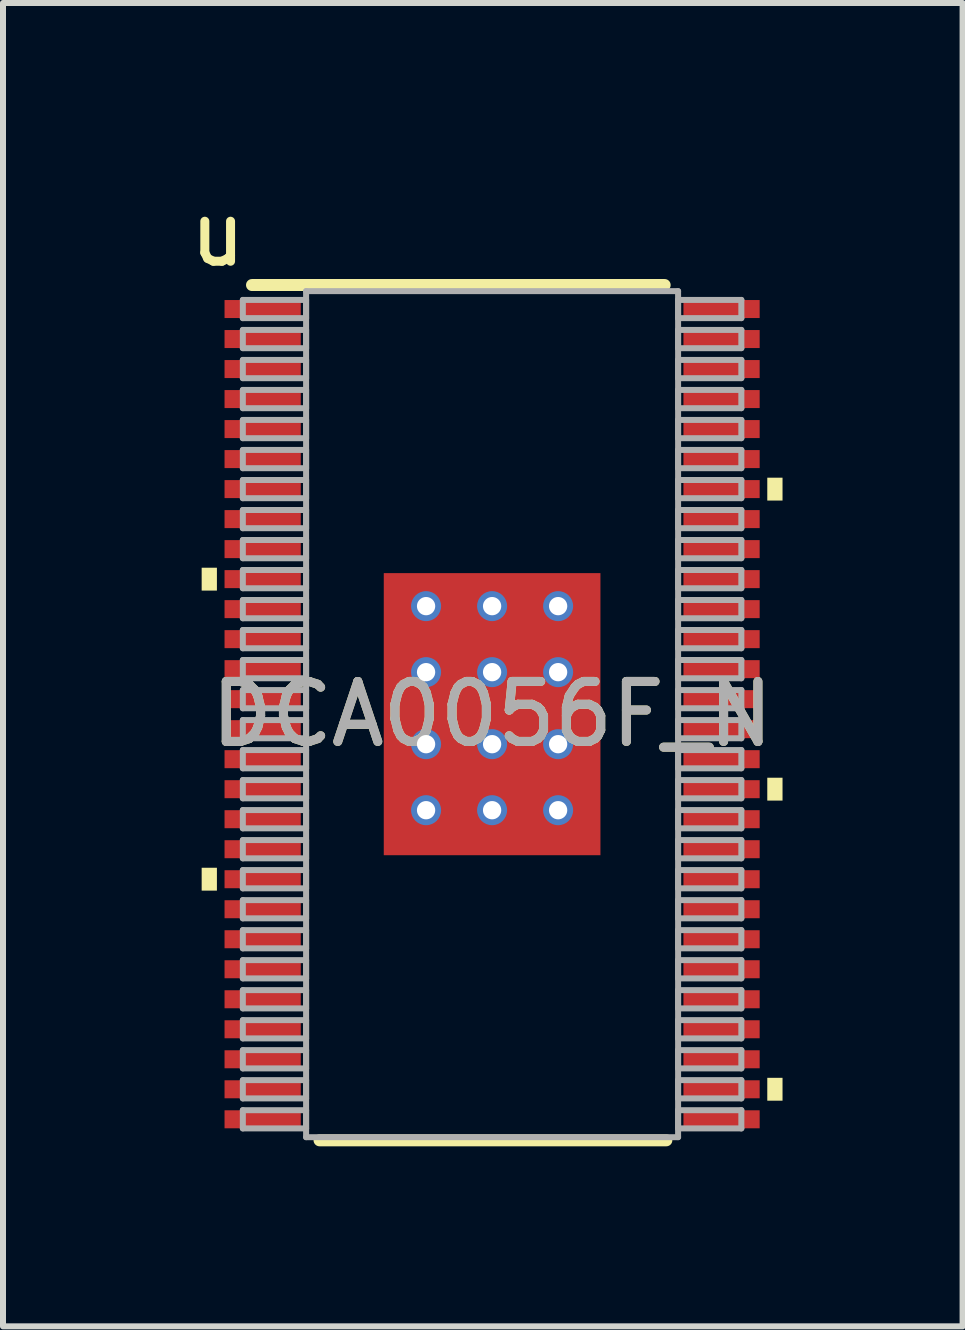
<source format=kicad_pcb>
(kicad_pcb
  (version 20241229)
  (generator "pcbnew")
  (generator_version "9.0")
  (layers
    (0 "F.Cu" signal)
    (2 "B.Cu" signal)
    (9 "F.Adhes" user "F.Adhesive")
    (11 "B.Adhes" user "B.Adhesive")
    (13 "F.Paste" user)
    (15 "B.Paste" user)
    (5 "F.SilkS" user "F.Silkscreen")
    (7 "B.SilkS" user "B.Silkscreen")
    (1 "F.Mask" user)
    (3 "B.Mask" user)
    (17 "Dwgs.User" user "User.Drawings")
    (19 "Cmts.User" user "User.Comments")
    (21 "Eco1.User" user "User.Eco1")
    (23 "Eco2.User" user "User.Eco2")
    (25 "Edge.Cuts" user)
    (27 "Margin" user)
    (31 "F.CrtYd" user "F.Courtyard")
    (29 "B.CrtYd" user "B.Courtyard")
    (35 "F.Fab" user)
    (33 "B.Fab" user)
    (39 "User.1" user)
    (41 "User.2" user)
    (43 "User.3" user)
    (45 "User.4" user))
  (footprint "DCA0056F_N"
    (layer "F.Cu")
    (at 5.149 8.849)
    (property "Reference" "DCA0056F_N" (at 0 0 0) (unlocked yes) (layer "F.SilkS") (effects (font (size 1 1) (thickness 0.15))))
    (attr smd)
    (fp_line (start -4 -7.15) (end -0.316 -7.15) (stroke (width 0.2) (type solid)) (layer "F.SilkS"))
    (fp_line (start -2.875 7.1) (end 2.903 7.1) (stroke (width 0.2) (type solid)) (layer "F.SilkS"))
    (fp_line (start -0.316 -7.15) (end 0.3 -7.15) (stroke (width 0.2) (type solid)) (layer "F.SilkS"))
    (fp_line (start 0.3 -7.15) (end 2.875 -7.15) (stroke (width 0.2) (type solid)) (layer "F.SilkS"))
    (fp_poly (pts (xy -4.585 -2.44) (xy -4.839 -2.44) (xy -4.839 -2.059) (xy -4.585 -2.059)) (stroke (width 0) (type solid)) (fill yes) (layer "F.SilkS"))
    (fp_poly (pts (xy -4.585 2.559) (xy -4.839 2.559) (xy -4.839 2.94) (xy -4.585 2.94)) (stroke (width 0) (type solid)) (fill yes) (layer "F.SilkS"))
    (fp_poly (pts (xy 4.585 -3.94) (xy 4.839 -3.94) (xy 4.839 -3.559) (xy 4.585 -3.559)) (stroke (width 0) (type solid)) (fill yes) (layer "F.SilkS"))
    (fp_poly (pts (xy 4.585 1.059) (xy 4.839 1.059) (xy 4.839 1.44) (xy 4.585 1.44)) (stroke (width 0) (type solid)) (fill yes) (layer "F.SilkS"))
    (fp_poly (pts (xy 4.585 6.059) (xy 4.839 6.059) (xy 4.839 6.44) (xy 4.585 6.44)) (stroke (width 0) (type solid)) (fill yes) (layer "F.SilkS"))
    (fp_line (start -4.153 -6.902) (end -3.099 -6.902) (stroke (width 0.1) (type solid)) (layer "F.Fab"))
    (fp_line (start -4.153 -6.598) (end -4.153 -6.902) (stroke (width 0.1) (type solid)) (layer "F.Fab"))
    (fp_line (start -4.153 -6.598) (end -3.099 -6.598) (stroke (width 0.1) (type solid)) (layer "F.Fab"))
    (fp_line (start -4.153 -6.402) (end -3.099 -6.402) (stroke (width 0.1) (type solid)) (layer "F.Fab"))
    (fp_line (start -4.153 -6.098) (end -4.153 -6.402) (stroke (width 0.1) (type solid)) (layer "F.Fab"))
    (fp_line (start -4.153 -6.098) (end -3.099 -6.098) (stroke (width 0.1) (type solid)) (layer "F.Fab"))
    (fp_line (start -4.153 -5.902) (end -3.099 -5.902) (stroke (width 0.1) (type solid)) (layer "F.Fab"))
    (fp_line (start -4.153 -5.598) (end -4.153 -5.902) (stroke (width 0.1) (type solid)) (layer "F.Fab"))
    (fp_line (start -4.153 -5.598) (end -3.099 -5.598) (stroke (width 0.1) (type solid)) (layer "F.Fab"))
    (fp_line (start -4.153 -5.402) (end -3.099 -5.402) (stroke (width 0.1) (type solid)) (layer "F.Fab"))
    (fp_line (start -4.153 -5.098) (end -4.153 -5.402) (stroke (width 0.1) (type solid)) (layer "F.Fab"))
    (fp_line (start -4.153 -5.098) (end -3.099 -5.098) (stroke (width 0.1) (type solid)) (layer "F.Fab"))
    (fp_line (start -4.153 -4.902) (end -3.099 -4.902) (stroke (width 0.1) (type solid)) (layer "F.Fab"))
    (fp_line (start -4.153 -4.598) (end -4.153 -4.902) (stroke (width 0.1) (type solid)) (layer "F.Fab"))
    (fp_line (start -4.153 -4.598) (end -3.099 -4.598) (stroke (width 0.1) (type solid)) (layer "F.Fab"))
    (fp_line (start -4.153 -4.402) (end -3.099 -4.402) (stroke (width 0.1) (type solid)) (layer "F.Fab"))
    (fp_line (start -4.153 -4.098) (end -4.153 -4.402) (stroke (width 0.1) (type solid)) (layer "F.Fab"))
    (fp_line (start -4.153 -4.098) (end -3.099 -4.098) (stroke (width 0.1) (type solid)) (layer "F.Fab"))
    (fp_line (start -4.153 -3.902) (end -3.099 -3.902) (stroke (width 0.1) (type solid)) (layer "F.Fab"))
    (fp_line (start -4.153 -3.598) (end -4.153 -3.902) (stroke (width 0.1) (type solid)) (layer "F.Fab"))
    (fp_line (start -4.153 -3.598) (end -3.099 -3.598) (stroke (width 0.1) (type solid)) (layer "F.Fab"))
    (fp_line (start -4.153 -3.402) (end -3.099 -3.402) (stroke (width 0.1) (type solid)) (layer "F.Fab"))
    (fp_line (start -4.153 -3.098) (end -4.153 -3.402) (stroke (width 0.1) (type solid)) (layer "F.Fab"))
    (fp_line (start -4.153 -3.098) (end -3.099 -3.098) (stroke (width 0.1) (type solid)) (layer "F.Fab"))
    (fp_line (start -4.153 -2.902) (end -3.099 -2.902) (stroke (width 0.1) (type solid)) (layer "F.Fab"))
    (fp_line (start -4.153 -2.598) (end -4.153 -2.902) (stroke (width 0.1) (type solid)) (layer "F.Fab"))
    (fp_line (start -4.153 -2.598) (end -3.099 -2.598) (stroke (width 0.1) (type solid)) (layer "F.Fab"))
    (fp_line (start -4.153 -2.402) (end -3.099 -2.402) (stroke (width 0.1) (type solid)) (layer "F.Fab"))
    (fp_line (start -4.153 -2.098) (end -4.153 -2.402) (stroke (width 0.1) (type solid)) (layer "F.Fab"))
    (fp_line (start -4.153 -2.098) (end -3.099 -2.098) (stroke (width 0.1) (type solid)) (layer "F.Fab"))
    (fp_line (start -4.153 -1.902) (end -3.099 -1.902) (stroke (width 0.1) (type solid)) (layer "F.Fab"))
    (fp_line (start -4.153 -1.598) (end -4.153 -1.902) (stroke (width 0.1) (type solid)) (layer "F.Fab"))
    (fp_line (start -4.153 -1.598) (end -3.099 -1.598) (stroke (width 0.1) (type solid)) (layer "F.Fab"))
    (fp_line (start -4.153 -1.402) (end -3.099 -1.402) (stroke (width 0.1) (type solid)) (layer "F.Fab"))
    (fp_line (start -4.153 -1.098) (end -4.153 -1.402) (stroke (width 0.1) (type solid)) (layer "F.Fab"))
    (fp_line (start -4.153 -1.098) (end -3.099 -1.098) (stroke (width 0.1) (type solid)) (layer "F.Fab"))
    (fp_line (start -4.153 -0.902) (end -3.099 -0.902) (stroke (width 0.1) (type solid)) (layer "F.Fab"))
    (fp_line (start -4.153 -0.598) (end -4.153 -0.902) (stroke (width 0.1) (type solid)) (layer "F.Fab"))
    (fp_line (start -4.153 -0.598) (end -3.099 -0.598) (stroke (width 0.1) (type solid)) (layer "F.Fab"))
    (fp_line (start -4.153 -0.402) (end -3.099 -0.402) (stroke (width 0.1) (type solid)) (layer "F.Fab"))
    (fp_line (start -4.153 -0.098) (end -4.153 -0.402) (stroke (width 0.1) (type solid)) (layer "F.Fab"))
    (fp_line (start -4.153 -0.098) (end -3.099 -0.098) (stroke (width 0.1) (type solid)) (layer "F.Fab"))
    (fp_line (start -4.153 0.098) (end -3.099 0.098) (stroke (width 0.1) (type solid)) (layer "F.Fab"))
    (fp_line (start -4.153 0.402) (end -4.153 0.098) (stroke (width 0.1) (type solid)) (layer "F.Fab"))
    (fp_line (start -4.153 0.402) (end -3.099 0.402) (stroke (width 0.1) (type solid)) (layer "F.Fab"))
    (fp_line (start -4.153 0.598) (end -3.099 0.598) (stroke (width 0.1) (type solid)) (layer "F.Fab"))
    (fp_line (start -4.153 0.902) (end -4.153 0.598) (stroke (width 0.1) (type solid)) (layer "F.Fab"))
    (fp_line (start -4.153 0.902) (end -3.099 0.902) (stroke (width 0.1) (type solid)) (layer "F.Fab"))
    (fp_line (start -4.153 1.098) (end -3.099 1.098) (stroke (width 0.1) (type solid)) (layer "F.Fab"))
    (fp_line (start -4.153 1.402) (end -4.153 1.098) (stroke (width 0.1) (type solid)) (layer "F.Fab"))
    (fp_line (start -4.153 1.402) (end -3.099 1.402) (stroke (width 0.1) (type solid)) (layer "F.Fab"))
    (fp_line (start -4.153 1.598) (end -3.099 1.598) (stroke (width 0.1) (type solid)) (layer "F.Fab"))
    (fp_line (start -4.153 1.902) (end -4.153 1.598) (stroke (width 0.1) (type solid)) (layer "F.Fab"))
    (fp_line (start -4.153 1.902) (end -3.099 1.902) (stroke (width 0.1) (type solid)) (layer "F.Fab"))
    (fp_line (start -4.153 2.098) (end -3.099 2.098) (stroke (width 0.1) (type solid)) (layer "F.Fab"))
    (fp_line (start -4.153 2.402) (end -4.153 2.098) (stroke (width 0.1) (type solid)) (layer "F.Fab"))
    (fp_line (start -4.153 2.402) (end -3.099 2.402) (stroke (width 0.1) (type solid)) (layer "F.Fab"))
    (fp_line (start -4.153 2.598) (end -3.099 2.598) (stroke (width 0.1) (type solid)) (layer "F.Fab"))
    (fp_line (start -4.153 2.902) (end -4.153 2.598) (stroke (width 0.1) (type solid)) (layer "F.Fab"))
    (fp_line (start -4.153 2.902) (end -3.099 2.902) (stroke (width 0.1) (type solid)) (layer "F.Fab"))
    (fp_line (start -4.153 3.098) (end -3.099 3.098) (stroke (width 0.1) (type solid)) (layer "F.Fab"))
    (fp_line (start -4.153 3.402) (end -4.153 3.098) (stroke (width 0.1) (type solid)) (layer "F.Fab"))
    (fp_line (start -4.153 3.402) (end -3.099 3.402) (stroke (width 0.1) (type solid)) (layer "F.Fab"))
    (fp_line (start -4.153 3.598) (end -3.099 3.598) (stroke (width 0.1) (type solid)) (layer "F.Fab"))
    (fp_line (start -4.153 3.902) (end -4.153 3.598) (stroke (width 0.1) (type solid)) (layer "F.Fab"))
    (fp_line (start -4.153 3.902) (end -3.099 3.902) (stroke (width 0.1) (type solid)) (layer "F.Fab"))
    (fp_line (start -4.153 4.098) (end -3.099 4.098) (stroke (width 0.1) (type solid)) (layer "F.Fab"))
    (fp_line (start -4.153 4.402) (end -4.153 4.098) (stroke (width 0.1) (type solid)) (layer "F.Fab"))
    (fp_line (start -4.153 4.402) (end -3.099 4.402) (stroke (width 0.1) (type solid)) (layer "F.Fab"))
    (fp_line (start -4.153 4.598) (end -3.099 4.598) (stroke (width 0.1) (type solid)) (layer "F.Fab"))
    (fp_line (start -4.153 4.902) (end -4.153 4.598) (stroke (width 0.1) (type solid)) (layer "F.Fab"))
    (fp_line (start -4.153 4.902) (end -3.099 4.902) (stroke (width 0.1) (type solid)) (layer "F.Fab"))
    (fp_line (start -4.153 5.098) (end -3.099 5.098) (stroke (width 0.1) (type solid)) (layer "F.Fab"))
    (fp_line (start -4.153 5.402) (end -4.153 5.098) (stroke (width 0.1) (type solid)) (layer "F.Fab"))
    (fp_line (start -4.153 5.402) (end -3.099 5.402) (stroke (width 0.1) (type solid)) (layer "F.Fab"))
    (fp_line (start -4.153 5.598) (end -3.099 5.598) (stroke (width 0.1) (type solid)) (layer "F.Fab"))
    (fp_line (start -4.153 5.902) (end -4.153 5.598) (stroke (width 0.1) (type solid)) (layer "F.Fab"))
    (fp_line (start -4.153 5.902) (end -3.099 5.902) (stroke (width 0.1) (type solid)) (layer "F.Fab"))
    (fp_line (start -4.153 6.098) (end -3.099 6.098) (stroke (width 0.1) (type solid)) (layer "F.Fab"))
    (fp_line (start -4.153 6.402) (end -4.153 6.098) (stroke (width 0.1) (type solid)) (layer "F.Fab"))
    (fp_line (start -4.153 6.402) (end -3.099 6.402) (stroke (width 0.1) (type solid)) (layer "F.Fab"))
    (fp_line (start -4.153 6.598) (end -3.099 6.598) (stroke (width 0.1) (type solid)) (layer "F.Fab"))
    (fp_line (start -4.153 6.902) (end -4.153 6.598) (stroke (width 0.1) (type solid)) (layer "F.Fab"))
    (fp_line (start -4.153 6.902) (end -3.099 6.902) (stroke (width 0.1) (type solid)) (layer "F.Fab"))
    (fp_line (start -3.099 -7.048) (end 3.099 -7.048) (stroke (width 0.1) (type solid)) (layer "F.Fab"))
    (fp_line (start -3.099 -6.598) (end -3.099 -6.902) (stroke (width 0.1) (type solid)) (layer "F.Fab"))
    (fp_line (start -3.099 -6.098) (end -3.099 -6.402) (stroke (width 0.1) (type solid)) (layer "F.Fab"))
    (fp_line (start -3.099 -5.598) (end -3.099 -5.902) (stroke (width 0.1) (type solid)) (layer "F.Fab"))
    (fp_line (start -3.099 -5.098) (end -3.099 -5.402) (stroke (width 0.1) (type solid)) (layer "F.Fab"))
    (fp_line (start -3.099 -4.598) (end -3.099 -4.902) (stroke (width 0.1) (type solid)) (layer "F.Fab"))
    (fp_line (start -3.099 -4.098) (end -3.099 -4.402) (stroke (width 0.1) (type solid)) (layer "F.Fab"))
    (fp_line (start -3.099 -3.598) (end -3.099 -3.902) (stroke (width 0.1) (type solid)) (layer "F.Fab"))
    (fp_line (start -3.099 -3.098) (end -3.099 -3.402) (stroke (width 0.1) (type solid)) (layer "F.Fab"))
    (fp_line (start -3.099 -2.598) (end -3.099 -2.902) (stroke (width 0.1) (type solid)) (layer "F.Fab"))
    (fp_line (start -3.099 -2.098) (end -3.099 -2.402) (stroke (width 0.1) (type solid)) (layer "F.Fab"))
    (fp_line (start -3.099 -1.598) (end -3.099 -1.902) (stroke (width 0.1) (type solid)) (layer "F.Fab"))
    (fp_line (start -3.099 -1.098) (end -3.099 -1.402) (stroke (width 0.1) (type solid)) (layer "F.Fab"))
    (fp_line (start -3.099 -0.598) (end -3.099 -0.902) (stroke (width 0.1) (type solid)) (layer "F.Fab"))
    (fp_line (start -3.099 -0.098) (end -3.099 -0.402) (stroke (width 0.1) (type solid)) (layer "F.Fab"))
    (fp_line (start -3.099 0.402) (end -3.099 0.098) (stroke (width 0.1) (type solid)) (layer "F.Fab"))
    (fp_line (start -3.099 0.902) (end -3.099 0.598) (stroke (width 0.1) (type solid)) (layer "F.Fab"))
    (fp_line (start -3.099 1.402) (end -3.099 1.098) (stroke (width 0.1) (type solid)) (layer "F.Fab"))
    (fp_line (start -3.099 1.902) (end -3.099 1.598) (stroke (width 0.1) (type solid)) (layer "F.Fab"))
    (fp_line (start -3.099 2.402) (end -3.099 2.098) (stroke (width 0.1) (type solid)) (layer "F.Fab"))
    (fp_line (start -3.099 2.902) (end -3.099 2.598) (stroke (width 0.1) (type solid)) (layer "F.Fab"))
    (fp_line (start -3.099 3.402) (end -3.099 3.098) (stroke (width 0.1) (type solid)) (layer "F.Fab"))
    (fp_line (start -3.099 3.902) (end -3.099 3.598) (stroke (width 0.1) (type solid)) (layer "F.Fab"))
    (fp_line (start -3.099 4.402) (end -3.099 4.098) (stroke (width 0.1) (type solid)) (layer "F.Fab"))
    (fp_line (start -3.099 4.902) (end -3.099 4.598) (stroke (width 0.1) (type solid)) (layer "F.Fab"))
    (fp_line (start -3.099 5.402) (end -3.099 5.098) (stroke (width 0.1) (type solid)) (layer "F.Fab"))
    (fp_line (start -3.099 5.902) (end -3.099 5.598) (stroke (width 0.1) (type solid)) (layer "F.Fab"))
    (fp_line (start -3.099 6.402) (end -3.099 6.098) (stroke (width 0.1) (type solid)) (layer "F.Fab"))
    (fp_line (start -3.099 6.902) (end -3.099 6.598) (stroke (width 0.1) (type solid)) (layer "F.Fab"))
    (fp_line (start -3.099 7.048) (end -3.099 -7.048) (stroke (width 0.1) (type solid)) (layer "F.Fab"))
    (fp_line (start -3.099 7.048) (end 3.099 7.048) (stroke (width 0.1) (type solid)) (layer "F.Fab"))
    (fp_line (start 3.099 -6.902) (end 4.153 -6.902) (stroke (width 0.1) (type solid)) (layer "F.Fab"))
    (fp_line (start 3.099 -6.598) (end 3.099 -6.902) (stroke (width 0.1) (type solid)) (layer "F.Fab"))
    (fp_line (start 3.099 -6.598) (end 4.153 -6.598) (stroke (width 0.1) (type solid)) (layer "F.Fab"))
    (fp_line (start 3.099 -6.402) (end 4.153 -6.402) (stroke (width 0.1) (type solid)) (layer "F.Fab"))
    (fp_line (start 3.099 -6.098) (end 3.099 -6.402) (stroke (width 0.1) (type solid)) (layer "F.Fab"))
    (fp_line (start 3.099 -6.098) (end 4.153 -6.098) (stroke (width 0.1) (type solid)) (layer "F.Fab"))
    (fp_line (start 3.099 -5.902) (end 4.153 -5.902) (stroke (width 0.1) (type solid)) (layer "F.Fab"))
    (fp_line (start 3.099 -5.598) (end 3.099 -5.902) (stroke (width 0.1) (type solid)) (layer "F.Fab"))
    (fp_line (start 3.099 -5.598) (end 4.153 -5.598) (stroke (width 0.1) (type solid)) (layer "F.Fab"))
    (fp_line (start 3.099 -5.402) (end 4.153 -5.402) (stroke (width 0.1) (type solid)) (layer "F.Fab"))
    (fp_line (start 3.099 -5.098) (end 3.099 -5.402) (stroke (width 0.1) (type solid)) (layer "F.Fab"))
    (fp_line (start 3.099 -5.098) (end 4.153 -5.098) (stroke (width 0.1) (type solid)) (layer "F.Fab"))
    (fp_line (start 3.099 -4.902) (end 4.153 -4.902) (stroke (width 0.1) (type solid)) (layer "F.Fab"))
    (fp_line (start 3.099 -4.598) (end 3.099 -4.902) (stroke (width 0.1) (type solid)) (layer "F.Fab"))
    (fp_line (start 3.099 -4.598) (end 4.153 -4.598) (stroke (width 0.1) (type solid)) (layer "F.Fab"))
    (fp_line (start 3.099 -4.402) (end 4.153 -4.402) (stroke (width 0.1) (type solid)) (layer "F.Fab"))
    (fp_line (start 3.099 -4.098) (end 3.099 -4.402) (stroke (width 0.1) (type solid)) (layer "F.Fab"))
    (fp_line (start 3.099 -4.098) (end 4.153 -4.098) (stroke (width 0.1) (type solid)) (layer "F.Fab"))
    (fp_line (start 3.099 -3.902) (end 4.153 -3.902) (stroke (width 0.1) (type solid)) (layer "F.Fab"))
    (fp_line (start 3.099 -3.598) (end 3.099 -3.902) (stroke (width 0.1) (type solid)) (layer "F.Fab"))
    (fp_line (start 3.099 -3.598) (end 4.153 -3.598) (stroke (width 0.1) (type solid)) (layer "F.Fab"))
    (fp_line (start 3.099 -3.402) (end 4.153 -3.402) (stroke (width 0.1) (type solid)) (layer "F.Fab"))
    (fp_line (start 3.099 -3.098) (end 3.099 -3.402) (stroke (width 0.1) (type solid)) (layer "F.Fab"))
    (fp_line (start 3.099 -3.098) (end 4.153 -3.098) (stroke (width 0.1) (type solid)) (layer "F.Fab"))
    (fp_line (start 3.099 -2.902) (end 4.153 -2.902) (stroke (width 0.1) (type solid)) (layer "F.Fab"))
    (fp_line (start 3.099 -2.598) (end 3.099 -2.902) (stroke (width 0.1) (type solid)) (layer "F.Fab"))
    (fp_line (start 3.099 -2.598) (end 4.153 -2.598) (stroke (width 0.1) (type solid)) (layer "F.Fab"))
    (fp_line (start 3.099 -2.402) (end 4.153 -2.402) (stroke (width 0.1) (type solid)) (layer "F.Fab"))
    (fp_line (start 3.099 -2.098) (end 3.099 -2.402) (stroke (width 0.1) (type solid)) (layer "F.Fab"))
    (fp_line (start 3.099 -2.098) (end 4.153 -2.098) (stroke (width 0.1) (type solid)) (layer "F.Fab"))
    (fp_line (start 3.099 -1.902) (end 4.153 -1.902) (stroke (width 0.1) (type solid)) (layer "F.Fab"))
    (fp_line (start 3.099 -1.598) (end 3.099 -1.902) (stroke (width 0.1) (type solid)) (layer "F.Fab"))
    (fp_line (start 3.099 -1.598) (end 4.153 -1.598) (stroke (width 0.1) (type solid)) (layer "F.Fab"))
    (fp_line (start 3.099 -1.402) (end 4.153 -1.402) (stroke (width 0.1) (type solid)) (layer "F.Fab"))
    (fp_line (start 3.099 -1.098) (end 3.099 -1.402) (stroke (width 0.1) (type solid)) (layer "F.Fab"))
    (fp_line (start 3.099 -1.098) (end 4.153 -1.098) (stroke (width 0.1) (type solid)) (layer "F.Fab"))
    (fp_line (start 3.099 -0.902) (end 4.153 -0.902) (stroke (width 0.1) (type solid)) (layer "F.Fab"))
    (fp_line (start 3.099 -0.598) (end 3.099 -0.902) (stroke (width 0.1) (type solid)) (layer "F.Fab"))
    (fp_line (start 3.099 -0.598) (end 4.153 -0.598) (stroke (width 0.1) (type solid)) (layer "F.Fab"))
    (fp_line (start 3.099 -0.402) (end 4.153 -0.402) (stroke (width 0.1) (type solid)) (layer "F.Fab"))
    (fp_line (start 3.099 -0.098) (end 3.099 -0.402) (stroke (width 0.1) (type solid)) (layer "F.Fab"))
    (fp_line (start 3.099 -0.098) (end 4.153 -0.098) (stroke (width 0.1) (type solid)) (layer "F.Fab"))
    (fp_line (start 3.099 0.098) (end 4.153 0.098) (stroke (width 0.1) (type solid)) (layer "F.Fab"))
    (fp_line (start 3.099 0.402) (end 3.099 0.098) (stroke (width 0.1) (type solid)) (layer "F.Fab"))
    (fp_line (start 3.099 0.402) (end 4.153 0.402) (stroke (width 0.1) (type solid)) (layer "F.Fab"))
    (fp_line (start 3.099 0.598) (end 4.153 0.598) (stroke (width 0.1) (type solid)) (layer "F.Fab"))
    (fp_line (start 3.099 0.902) (end 3.099 0.598) (stroke (width 0.1) (type solid)) (layer "F.Fab"))
    (fp_line (start 3.099 0.902) (end 4.153 0.902) (stroke (width 0.1) (type solid)) (layer "F.Fab"))
    (fp_line (start 3.099 1.098) (end 4.153 1.098) (stroke (width 0.1) (type solid)) (layer "F.Fab"))
    (fp_line (start 3.099 1.402) (end 3.099 1.098) (stroke (width 0.1) (type solid)) (layer "F.Fab"))
    (fp_line (start 3.099 1.402) (end 4.153 1.402) (stroke (width 0.1) (type solid)) (layer "F.Fab"))
    (fp_line (start 3.099 1.598) (end 4.153 1.598) (stroke (width 0.1) (type solid)) (layer "F.Fab"))
    (fp_line (start 3.099 1.902) (end 3.099 1.598) (stroke (width 0.1) (type solid)) (layer "F.Fab"))
    (fp_line (start 3.099 1.902) (end 4.153 1.902) (stroke (width 0.1) (type solid)) (layer "F.Fab"))
    (fp_line (start 3.099 2.098) (end 4.153 2.098) (stroke (width 0.1) (type solid)) (layer "F.Fab"))
    (fp_line (start 3.099 2.402) (end 3.099 2.098) (stroke (width 0.1) (type solid)) (layer "F.Fab"))
    (fp_line (start 3.099 2.402) (end 4.153 2.402) (stroke (width 0.1) (type solid)) (layer "F.Fab"))
    (fp_line (start 3.099 2.598) (end 4.153 2.598) (stroke (width 0.1) (type solid)) (layer "F.Fab"))
    (fp_line (start 3.099 2.902) (end 3.099 2.598) (stroke (width 0.1) (type solid)) (layer "F.Fab"))
    (fp_line (start 3.099 2.902) (end 4.153 2.902) (stroke (width 0.1) (type solid)) (layer "F.Fab"))
    (fp_line (start 3.099 3.098) (end 4.153 3.098) (stroke (width 0.1) (type solid)) (layer "F.Fab"))
    (fp_line (start 3.099 3.402) (end 3.099 3.098) (stroke (width 0.1) (type solid)) (layer "F.Fab"))
    (fp_line (start 3.099 3.402) (end 4.153 3.402) (stroke (width 0.1) (type solid)) (layer "F.Fab"))
    (fp_line (start 3.099 3.598) (end 4.153 3.598) (stroke (width 0.1) (type solid)) (layer "F.Fab"))
    (fp_line (start 3.099 3.902) (end 3.099 3.598) (stroke (width 0.1) (type solid)) (layer "F.Fab"))
    (fp_line (start 3.099 3.902) (end 4.153 3.902) (stroke (width 0.1) (type solid)) (layer "F.Fab"))
    (fp_line (start 3.099 4.098) (end 4.153 4.098) (stroke (width 0.1) (type solid)) (layer "F.Fab"))
    (fp_line (start 3.099 4.402) (end 3.099 4.098) (stroke (width 0.1) (type solid)) (layer "F.Fab"))
    (fp_line (start 3.099 4.402) (end 4.153 4.402) (stroke (width 0.1) (type solid)) (layer "F.Fab"))
    (fp_line (start 3.099 4.598) (end 4.153 4.598) (stroke (width 0.1) (type solid)) (layer "F.Fab"))
    (fp_line (start 3.099 4.902) (end 3.099 4.598) (stroke (width 0.1) (type solid)) (layer "F.Fab"))
    (fp_line (start 3.099 4.902) (end 4.153 4.902) (stroke (width 0.1) (type solid)) (layer "F.Fab"))
    (fp_line (start 3.099 5.098) (end 4.153 5.098) (stroke (width 0.1) (type solid)) (layer "F.Fab"))
    (fp_line (start 3.099 5.402) (end 3.099 5.098) (stroke (width 0.1) (type solid)) (layer "F.Fab"))
    (fp_line (start 3.099 5.402) (end 4.153 5.402) (stroke (width 0.1) (type solid)) (layer "F.Fab"))
    (fp_line (start 3.099 5.598) (end 4.153 5.598) (stroke (width 0.1) (type solid)) (layer "F.Fab"))
    (fp_line (start 3.099 5.902) (end 3.099 5.598) (stroke (width 0.1) (type solid)) (layer "F.Fab"))
    (fp_line (start 3.099 5.902) (end 4.153 5.902) (stroke (width 0.1) (type solid)) (layer "F.Fab"))
    (fp_line (start 3.099 6.098) (end 4.153 6.098) (stroke (width 0.1) (type solid)) (layer "F.Fab"))
    (fp_line (start 3.099 6.402) (end 3.099 6.098) (stroke (width 0.1) (type solid)) (layer "F.Fab"))
    (fp_line (start 3.099 6.402) (end 4.153 6.402) (stroke (width 0.1) (type solid)) (layer "F.Fab"))
    (fp_line (start 3.099 6.598) (end 4.153 6.598) (stroke (width 0.1) (type solid)) (layer "F.Fab"))
    (fp_line (start 3.099 6.902) (end 3.099 6.598) (stroke (width 0.1) (type solid)) (layer "F.Fab"))
    (fp_line (start 3.099 6.902) (end 4.153 6.902) (stroke (width 0.1) (type solid)) (layer "F.Fab"))
    (fp_line (start 3.099 7.048) (end 3.099 -7.048) (stroke (width 0.1) (type solid)) (layer "F.Fab"))
    (fp_line (start 4.153 -6.598) (end 4.153 -6.902) (stroke (width 0.1) (type solid)) (layer "F.Fab"))
    (fp_line (start 4.153 -6.098) (end 4.153 -6.402) (stroke (width 0.1) (type solid)) (layer "F.Fab"))
    (fp_line (start 4.153 -5.598) (end 4.153 -5.902) (stroke (width 0.1) (type solid)) (layer "F.Fab"))
    (fp_line (start 4.153 -5.098) (end 4.153 -5.402) (stroke (width 0.1) (type solid)) (layer "F.Fab"))
    (fp_line (start 4.153 -4.598) (end 4.153 -4.902) (stroke (width 0.1) (type solid)) (layer "F.Fab"))
    (fp_line (start 4.153 -4.098) (end 4.153 -4.402) (stroke (width 0.1) (type solid)) (layer "F.Fab"))
    (fp_line (start 4.153 -3.598) (end 4.153 -3.902) (stroke (width 0.1) (type solid)) (layer "F.Fab"))
    (fp_line (start 4.153 -3.098) (end 4.153 -3.402) (stroke (width 0.1) (type solid)) (layer "F.Fab"))
    (fp_line (start 4.153 -2.598) (end 4.153 -2.902) (stroke (width 0.1) (type solid)) (layer "F.Fab"))
    (fp_line (start 4.153 -2.098) (end 4.153 -2.402) (stroke (width 0.1) (type solid)) (layer "F.Fab"))
    (fp_line (start 4.153 -1.598) (end 4.153 -1.902) (stroke (width 0.1) (type solid)) (layer "F.Fab"))
    (fp_line (start 4.153 -1.098) (end 4.153 -1.402) (stroke (width 0.1) (type solid)) (layer "F.Fab"))
    (fp_line (start 4.153 -0.598) (end 4.153 -0.902) (stroke (width 0.1) (type solid)) (layer "F.Fab"))
    (fp_line (start 4.153 -0.098) (end 4.153 -0.402) (stroke (width 0.1) (type solid)) (layer "F.Fab"))
    (fp_line (start 4.153 0.402) (end 4.153 0.098) (stroke (width 0.1) (type solid)) (layer "F.Fab"))
    (fp_line (start 4.153 0.902) (end 4.153 0.598) (stroke (width 0.1) (type solid)) (layer "F.Fab"))
    (fp_line (start 4.153 1.402) (end 4.153 1.098) (stroke (width 0.1) (type solid)) (layer "F.Fab"))
    (fp_line (start 4.153 1.902) (end 4.153 1.598) (stroke (width 0.1) (type solid)) (layer "F.Fab"))
    (fp_line (start 4.153 2.402) (end 4.153 2.098) (stroke (width 0.1) (type solid)) (layer "F.Fab"))
    (fp_line (start 4.153 2.902) (end 4.153 2.598) (stroke (width 0.1) (type solid)) (layer "F.Fab"))
    (fp_line (start 4.153 3.402) (end 4.153 3.098) (stroke (width 0.1) (type solid)) (layer "F.Fab"))
    (fp_line (start 4.153 3.902) (end 4.153 3.598) (stroke (width 0.1) (type solid)) (layer "F.Fab"))
    (fp_line (start 4.153 4.402) (end 4.153 4.098) (stroke (width 0.1) (type solid)) (layer "F.Fab"))
    (fp_line (start 4.153 4.902) (end 4.153 4.598) (stroke (width 0.1) (type solid)) (layer "F.Fab"))
    (fp_line (start 4.153 5.402) (end 4.153 5.098) (stroke (width 0.1) (type solid)) (layer "F.Fab"))
    (fp_line (start 4.153 5.902) (end 4.153 5.598) (stroke (width 0.1) (type solid)) (layer "F.Fab"))
    (fp_line (start 4.153 6.402) (end 4.153 6.098) (stroke (width 0.1) (type solid)) (layer "F.Fab"))
    (fp_line (start 4.153 6.902) (end 4.153 6.598) (stroke (width 0.1) (type solid)) (layer "F.Fab"))
    (fp_text user "u" (at -4.572 -8.001 0) (unlocked yes) (layer "F.SilkS") (effects (font (size 1 1) (thickness 0.15))))
    (fp_text user "${REFERENCE}" (at 0 0 0) (unlocked yes) (layer "F.Fab") (effects (font (size 1 1) (thickness 0.15))))
    (pad "1" smd rect (at -3.823 -6.75) (size 1.27 0.3) (layers "F.Cu" "F.Mask" "F.Paste"))
    (pad "2" smd rect (at -3.823 -6.25) (size 1.27 0.3) (layers "F.Cu" "F.Mask" "F.Paste"))
    (pad "3" smd rect (at -3.823 -5.75) (size 1.27 0.3) (layers "F.Cu" "F.Mask" "F.Paste"))
    (pad "4" smd rect (at -3.823 -5.25) (size 1.27 0.3) (layers "F.Cu" "F.Mask" "F.Paste"))
    (pad "5" smd rect (at -3.823 -4.75) (size 1.27 0.3) (layers "F.Cu" "F.Mask" "F.Paste"))
    (pad "6" smd rect (at -3.823 -4.25) (size 1.27 0.3) (layers "F.Cu" "F.Mask" "F.Paste"))
    (pad "7" smd rect (at -3.823 -3.75) (size 1.27 0.3) (layers "F.Cu" "F.Mask" "F.Paste"))
    (pad "8" smd rect (at -3.823 -3.25) (size 1.27 0.3) (layers "F.Cu" "F.Mask" "F.Paste"))
    (pad "9" smd rect (at -3.823 -2.75) (size 1.27 0.3) (layers "F.Cu" "F.Mask" "F.Paste"))
    (pad "10" smd rect (at -3.823 -2.25) (size 1.27 0.3) (layers "F.Cu" "F.Mask" "F.Paste"))
    (pad "11" smd rect (at -3.823 -1.75) (size 1.27 0.3) (layers "F.Cu" "F.Mask" "F.Paste"))
    (pad "12" smd rect (at -3.823 -1.25) (size 1.27 0.3) (layers "F.Cu" "F.Mask" "F.Paste"))
    (pad "13" smd rect (at -3.823 -0.75) (size 1.27 0.3) (layers "F.Cu" "F.Mask" "F.Paste"))
    (pad "14" smd rect (at -3.823 -0.25) (size 1.27 0.3) (layers "F.Cu" "F.Mask" "F.Paste"))
    (pad "15" smd rect (at -3.823 0.25) (size 1.27 0.3) (layers "F.Cu" "F.Mask" "F.Paste"))
    (pad "16" smd rect (at -3.823 0.75) (size 1.27 0.3) (layers "F.Cu" "F.Mask" "F.Paste"))
    (pad "17" smd rect (at -3.823 1.25) (size 1.27 0.3) (layers "F.Cu" "F.Mask" "F.Paste"))
    (pad "18" smd rect (at -3.823 1.75) (size 1.27 0.3) (layers "F.Cu" "F.Mask" "F.Paste"))
    (pad "19" smd rect (at -3.823 2.25) (size 1.27 0.3) (layers "F.Cu" "F.Mask" "F.Paste"))
    (pad "20" smd rect (at -3.823 2.75) (size 1.27 0.3) (layers "F.Cu" "F.Mask" "F.Paste"))
    (pad "21" smd rect (at -3.823 3.25) (size 1.27 0.3) (layers "F.Cu" "F.Mask" "F.Paste"))
    (pad "22" smd rect (at -3.823 3.75) (size 1.27 0.3) (layers "F.Cu" "F.Mask" "F.Paste"))
    (pad "23" smd rect (at -3.823 4.25) (size 1.27 0.3) (layers "F.Cu" "F.Mask" "F.Paste"))
    (pad "24" smd rect (at -3.823 4.75) (size 1.27 0.3) (layers "F.Cu" "F.Mask" "F.Paste"))
    (pad "25" smd rect (at -3.823 5.25) (size 1.27 0.3) (layers "F.Cu" "F.Mask" "F.Paste"))
    (pad "26" smd rect (at -3.823 5.75) (size 1.27 0.3) (layers "F.Cu" "F.Mask" "F.Paste"))
    (pad "27" smd rect (at -3.823 6.25) (size 1.27 0.3) (layers "F.Cu" "F.Mask" "F.Paste"))
    (pad "28" smd rect (at -3.823 6.75) (size 1.27 0.3) (layers "F.Cu" "F.Mask" "F.Paste"))
    (pad "29" smd rect (at 3.823 6.75) (size 1.27 0.3) (layers "F.Cu" "F.Mask" "F.Paste"))
    (pad "30" smd rect (at 3.823 6.25) (size 1.27 0.3) (layers "F.Cu" "F.Mask" "F.Paste"))
    (pad "31" smd rect (at 3.823 5.75) (size 1.27 0.3) (layers "F.Cu" "F.Mask" "F.Paste"))
    (pad "32" smd rect (at 3.823 5.25) (size 1.27 0.3) (layers "F.Cu" "F.Mask" "F.Paste"))
    (pad "33" smd rect (at 3.823 4.75) (size 1.27 0.3) (layers "F.Cu" "F.Mask" "F.Paste"))
    (pad "34" smd rect (at 3.823 4.25) (size 1.27 0.3) (layers "F.Cu" "F.Mask" "F.Paste"))
    (pad "35" smd rect (at 3.823 3.75) (size 1.27 0.3) (layers "F.Cu" "F.Mask" "F.Paste"))
    (pad "36" smd rect (at 3.823 3.25) (size 1.27 0.3) (layers "F.Cu" "F.Mask" "F.Paste"))
    (pad "37" smd rect (at 3.823 2.75) (size 1.27 0.3) (layers "F.Cu" "F.Mask" "F.Paste"))
    (pad "38" smd rect (at 3.823 2.25) (size 1.27 0.3) (layers "F.Cu" "F.Mask" "F.Paste"))
    (pad "39" smd rect (at 3.823 1.75) (size 1.27 0.3) (layers "F.Cu" "F.Mask" "F.Paste"))
    (pad "40" smd rect (at 3.823 1.25) (size 1.27 0.3) (layers "F.Cu" "F.Mask" "F.Paste"))
    (pad "41" smd rect (at 3.823 0.75) (size 1.27 0.3) (layers "F.Cu" "F.Mask" "F.Paste"))
    (pad "42" smd rect (at 3.823 0.25) (size 1.27 0.3) (layers "F.Cu" "F.Mask" "F.Paste"))
    (pad "43" smd rect (at 3.823 -0.25) (size 1.27 0.3) (layers "F.Cu" "F.Mask" "F.Paste"))
    (pad "44" smd rect (at 3.823 -0.75) (size 1.27 0.3) (layers "F.Cu" "F.Mask" "F.Paste"))
    (pad "45" smd rect (at 3.823 -1.25) (size 1.27 0.3) (layers "F.Cu" "F.Mask" "F.Paste"))
    (pad "46" smd rect (at 3.823 -1.75) (size 1.27 0.3) (layers "F.Cu" "F.Mask" "F.Paste"))
    (pad "47" smd rect (at 3.823 -2.25) (size 1.27 0.3) (layers "F.Cu" "F.Mask" "F.Paste"))
    (pad "48" smd rect (at 3.823 -2.75) (size 1.27 0.3) (layers "F.Cu" "F.Mask" "F.Paste"))
    (pad "49" smd rect (at 3.823 -3.25) (size 1.27 0.3) (layers "F.Cu" "F.Mask" "F.Paste"))
    (pad "50" smd rect (at 3.823 -3.75) (size 1.27 0.3) (layers "F.Cu" "F.Mask" "F.Paste"))
    (pad "51" smd rect (at 3.823 -4.25) (size 1.27 0.3) (layers "F.Cu" "F.Mask" "F.Paste"))
    (pad "52" smd rect (at 3.823 -4.75) (size 1.27 0.3) (layers "F.Cu" "F.Mask" "F.Paste"))
    (pad "53" smd rect (at 3.823 -5.25) (size 1.27 0.3) (layers "F.Cu" "F.Mask" "F.Paste"))
    (pad "54" smd rect (at 3.823 -5.75) (size 1.27 0.3) (layers "F.Cu" "F.Mask" "F.Paste"))
    (pad "55" smd rect (at 3.823 -6.25) (size 1.27 0.3) (layers "F.Cu" "F.Mask" "F.Paste"))
    (pad "56" smd rect (at 3.823 -6.75) (size 1.27 0.3) (layers "F.Cu" "F.Mask" "F.Paste"))
    (pad "57" smd rect (at 0.000081 0) (size 3.61 4.7) (layers "F.Cu" "F.Mask" "F.Paste"))
    (pad "V" thru_hole circle (at -1.1 -1.8) (size 0.5 0.5) (drill 0.305) (layers "*.Cu" "*.Mask"))
    (pad "V" thru_hole circle (at -1.1 -0.7) (size 0.5 0.5) (drill 0.305) (layers "*.Cu" "*.Mask"))
    (pad "V" thru_hole circle (at -1.1 0.5) (size 0.5 0.5) (drill 0.305) (layers "*.Cu" "*.Mask"))
    (pad "V" thru_hole circle (at -1.1 1.6) (size 0.5 0.5) (drill 0.305) (layers "*.Cu" "*.Mask"))
    (pad "V" thru_hole circle (at 0 -1.8) (size 0.5 0.5) (drill 0.305) (layers "*.Cu" "*.Mask"))
    (pad "V" thru_hole circle (at 0 -0.7) (size 0.5 0.5) (drill 0.305) (layers "*.Cu" "*.Mask"))
    (pad "V" thru_hole circle (at 0 0.5) (size 0.5 0.5) (drill 0.305) (layers "*.Cu" "*.Mask"))
    (pad "V" thru_hole circle (at 0 1.6) (size 0.5 0.5) (drill 0.305) (layers "*.Cu" "*.Mask"))
    (pad "V" thru_hole circle (at 1.1 -1.8) (size 0.5 0.5) (drill 0.305) (layers "*.Cu" "*.Mask"))
    (pad "V" thru_hole circle (at 1.1 -0.7) (size 0.5 0.5) (drill 0.305) (layers "*.Cu" "*.Mask"))
    (pad "V" thru_hole circle (at 1.1 0.5) (size 0.5 0.5) (drill 0.305) (layers "*.Cu" "*.Mask"))
    (pad "V" thru_hole circle (at 1.1 1.6) (size 0.5 0.5) (drill 0.305) (layers "*.Cu" "*.Mask")))
  (gr_rect
    (start -3 -3)
    (end 12.988 19.049)
    (stroke (width 0.1) (type default))
    (fill no)
    (layer "Edge.Cuts")))
</source>
